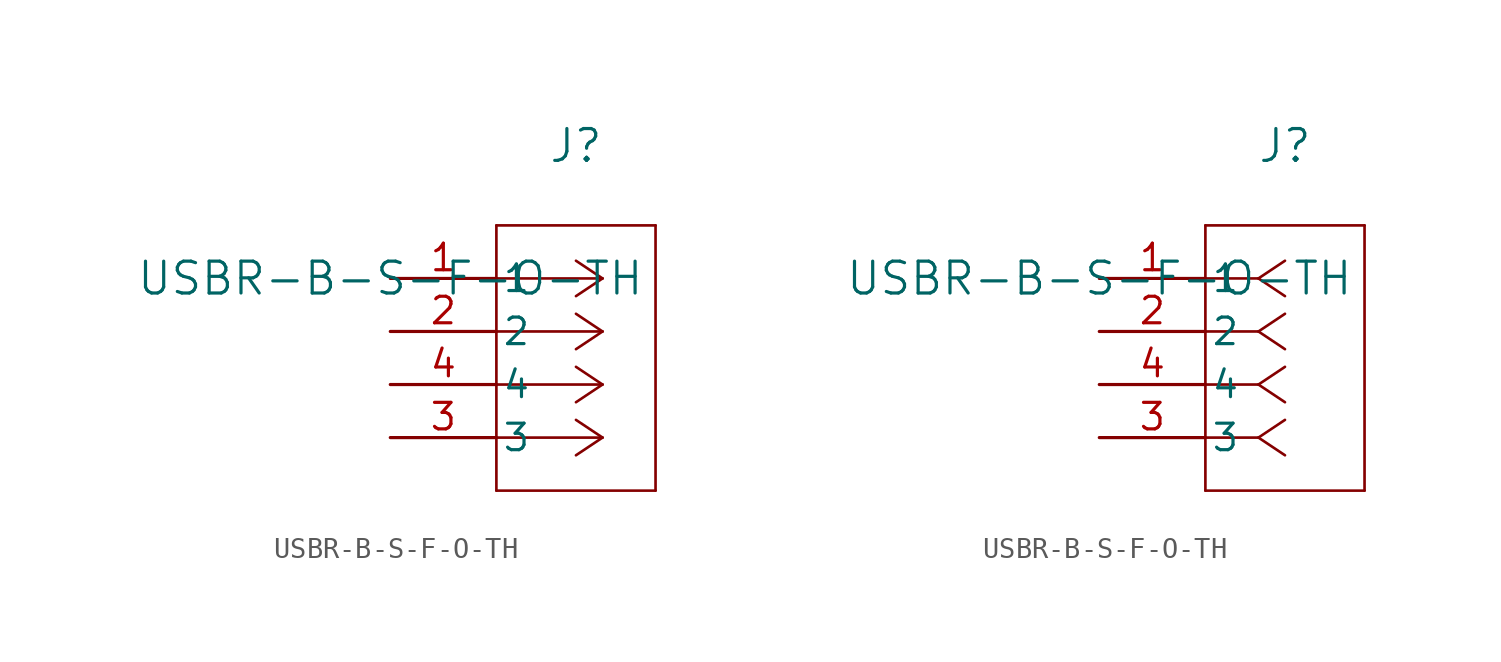
<source format=kicad_sym>
(kicad_symbol_lib
  (version 20211014)
  (generator kicad_symbol_editor)
  (symbol "USBR-B-S-F-O-TH"
    (pin_names
      (offset 0.254))
    (property "Reference" "J"
      (at 8.89 6.35 0)
      (effects (font (size 1.524 1.524))))
    (property "Value" "USBR-B-S-F-O-TH"
      (at 0 0 0)
      (effects (font (size 1.524 1.524))))
    (symbol "USBR-B-S-F-O-TH_1_1"
      (polyline (pts (xy 10.16 0) (xy 5.08 0)) (stroke (width 0.127) (type default) (color 0 0 0 0)) (fill (type none)))
      (polyline (pts (xy 10.16 -2.54) (xy 5.08 -2.54)) (stroke (width 0.127) (type default) (color 0 0 0 0)) (fill (type none)))
      (polyline (pts (xy 10.16 -5.08) (xy 5.08 -5.08)) (stroke (width 0.127) (type default) (color 0 0 0 0)) (fill (type none)))
      (polyline (pts (xy 10.16 -7.62) (xy 5.08 -7.62)) (stroke (width 0.127) (type default) (color 0 0 0 0)) (fill (type none)))
      (polyline (pts (xy 10.16 0) (xy 8.89 0.847)) (stroke (width 0.127) (type default) (color 0 0 0 0)) (fill (type none)))
      (polyline (pts (xy 10.16 -2.54) (xy 8.89 -1.693)) (stroke (width 0.127) (type default) (color 0 0 0 0)) (fill (type none)))
      (polyline (pts (xy 10.16 -5.08) (xy 8.89 -4.233)) (stroke (width 0.127) (type default) (color 0 0 0 0)) (fill (type none)))
      (polyline (pts (xy 10.16 -7.62) (xy 8.89 -6.773)) (stroke (width 0.127) (type default) (color 0 0 0 0)) (fill (type none)))
      (polyline (pts (xy 10.16 0) (xy 8.89 -0.847)) (stroke (width 0.127) (type default) (color 0 0 0 0)) (fill (type none)))
      (polyline (pts (xy 10.16 -2.54) (xy 8.89 -3.387)) (stroke (width 0.127) (type default) (color 0 0 0 0)) (fill (type none)))
      (polyline (pts (xy 10.16 -5.08) (xy 8.89 -5.927)) (stroke (width 0.127) (type default) (color 0 0 0 0)) (fill (type none)))
      (polyline (pts (xy 10.16 -7.62) (xy 8.89 -8.467)) (stroke (width 0.127) (type default) (color 0 0 0 0)) (fill (type none)))
      (polyline (pts (xy 5.08 2.54) (xy 5.08 -10.16)) (stroke (width 0.127) (type default) (color 0 0 0 0)) (fill (type none)))
      (polyline (pts (xy 5.08 -10.16) (xy 12.7 -10.16)) (stroke (width 0.127) (type default) (color 0 0 0 0)) (fill (type none)))
      (polyline (pts (xy 12.7 -10.16) (xy 12.7 2.54)) (stroke (width 0.127) (type default) (color 0 0 0 0)) (fill (type none)))
      (polyline (pts (xy 12.7 2.54) (xy 5.08 2.54)) (stroke (width 0.127) (type default) (color 0 0 0 0)) (fill (type none)))
      (pin unspecified line (at 0 0 0) (length 5.08) (name "1" (effects (font (size 1.27 1.27)))) (number "1" (effects (font (size 1.27 1.27)))))
      (pin unspecified line (at 0 -2.54 0) (length 5.08) (name "2" (effects (font (size 1.27 1.27)))) (number "2" (effects (font (size 1.27 1.27)))))
      (pin unspecified line (at 0 -5.08 0) (length 5.08) (name "4" (effects (font (size 1.27 1.27)))) (number "4" (effects (font (size 1.27 1.27)))))
      (pin unspecified line (at 0 -7.62 0) (length 5.08) (name "3" (effects (font (size 1.27 1.27)))) (number "3" (effects (font (size 1.27 1.27))))))
    (symbol "USBR-B-S-F-O-TH_1_2"
      (polyline (pts (xy 7.62 0) (xy 5.08 0)) (stroke (width 0.127) (type default) (color 0 0 0 0)) (fill (type none)))
      (polyline (pts (xy 7.62 -2.54) (xy 5.08 -2.54)) (stroke (width 0.127) (type default) (color 0 0 0 0)) (fill (type none)))
      (polyline (pts (xy 7.62 -5.08) (xy 5.08 -5.08)) (stroke (width 0.127) (type default) (color 0 0 0 0)) (fill (type none)))
      (polyline (pts (xy 7.62 -7.62) (xy 5.08 -7.62)) (stroke (width 0.127) (type default) (color 0 0 0 0)) (fill (type none)))
      (polyline (pts (xy 7.62 0) (xy 8.89 0.847)) (stroke (width 0.127) (type default) (color 0 0 0 0)) (fill (type none)))
      (polyline (pts (xy 7.62 -2.54) (xy 8.89 -1.693)) (stroke (width 0.127) (type default) (color 0 0 0 0)) (fill (type none)))
      (polyline (pts (xy 7.62 -5.08) (xy 8.89 -4.233)) (stroke (width 0.127) (type default) (color 0 0 0 0)) (fill (type none)))
      (polyline (pts (xy 7.62 -7.62) (xy 8.89 -6.773)) (stroke (width 0.127) (type default) (color 0 0 0 0)) (fill (type none)))
      (polyline (pts (xy 7.62 0) (xy 8.89 -0.847)) (stroke (width 0.127) (type default) (color 0 0 0 0)) (fill (type none)))
      (polyline (pts (xy 7.62 -2.54) (xy 8.89 -3.387)) (stroke (width 0.127) (type default) (color 0 0 0 0)) (fill (type none)))
      (polyline (pts (xy 7.62 -5.08) (xy 8.89 -5.927)) (stroke (width 0.127) (type default) (color 0 0 0 0)) (fill (type none)))
      (polyline (pts (xy 7.62 -7.62) (xy 8.89 -8.467)) (stroke (width 0.127) (type default) (color 0 0 0 0)) (fill (type none)))
      (polyline (pts (xy 5.08 2.54) (xy 5.08 -10.16)) (stroke (width 0.127) (type default) (color 0 0 0 0)) (fill (type none)))
      (polyline (pts (xy 5.08 -10.16) (xy 12.7 -10.16)) (stroke (width 0.127) (type default) (color 0 0 0 0)) (fill (type none)))
      (polyline (pts (xy 12.7 -10.16) (xy 12.7 2.54)) (stroke (width 0.127) (type default) (color 0 0 0 0)) (fill (type none)))
      (polyline (pts (xy 12.7 2.54) (xy 5.08 2.54)) (stroke (width 0.127) (type default) (color 0 0 0 0)) (fill (type none)))
      (pin unspecified line (at 0 0 0) (length 5.08) (name "1" (effects (font (size 1.27 1.27)))) (number "1" (effects (font (size 1.27 1.27)))))
      (pin unspecified line (at 0 -2.54 0) (length 5.08) (name "2" (effects (font (size 1.27 1.27)))) (number "2" (effects (font (size 1.27 1.27)))))
      (pin unspecified line (at 0 -5.08 0) (length 5.08) (name "4" (effects (font (size 1.27 1.27)))) (number "4" (effects (font (size 1.27 1.27)))))
      (pin unspecified line (at 0 -7.62 0) (length 5.08) (name "3" (effects (font (size 1.27 1.27)))) (number "3" (effects (font (size 1.27 1.27))))))))
</source>
